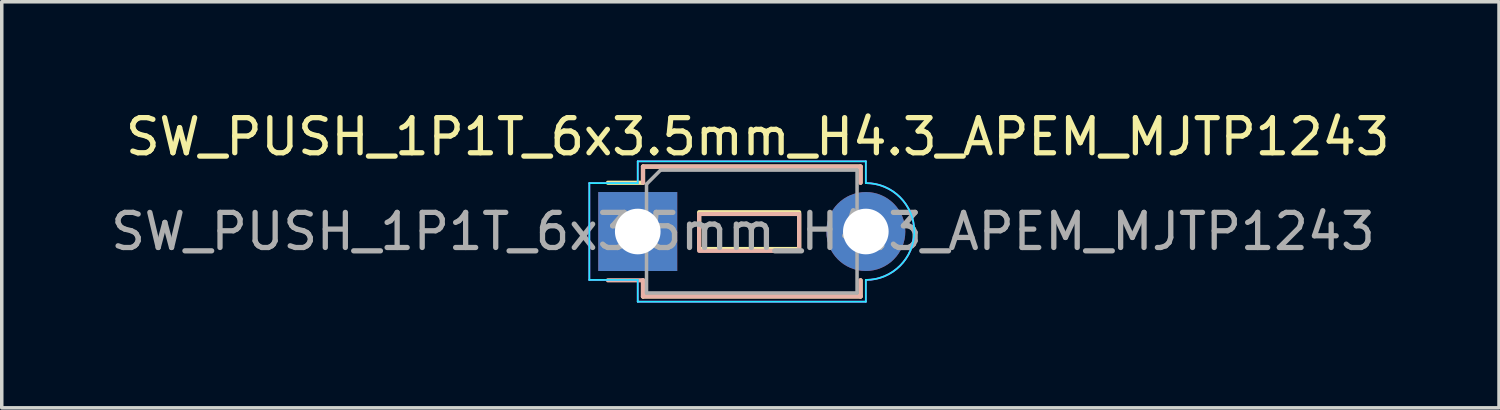
<source format=kicad_pcb>
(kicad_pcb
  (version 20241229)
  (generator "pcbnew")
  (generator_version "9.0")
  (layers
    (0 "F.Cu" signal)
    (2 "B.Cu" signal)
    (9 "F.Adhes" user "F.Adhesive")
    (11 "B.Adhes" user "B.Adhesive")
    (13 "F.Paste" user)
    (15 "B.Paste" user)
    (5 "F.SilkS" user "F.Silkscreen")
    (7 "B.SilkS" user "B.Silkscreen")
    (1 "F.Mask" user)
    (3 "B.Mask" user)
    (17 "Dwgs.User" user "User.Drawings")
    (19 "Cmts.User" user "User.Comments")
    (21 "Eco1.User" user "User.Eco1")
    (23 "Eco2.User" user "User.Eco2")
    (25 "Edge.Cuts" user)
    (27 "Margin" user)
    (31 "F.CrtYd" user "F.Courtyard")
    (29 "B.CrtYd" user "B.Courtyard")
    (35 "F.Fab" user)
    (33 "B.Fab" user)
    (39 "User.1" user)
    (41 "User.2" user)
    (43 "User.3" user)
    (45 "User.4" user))
  (footprint "SW_PUSH_1P1T_6x3.5mm_H4.3_APEM_MJTP1243"
    (layer "F.Cu")
    (at 15.125 3.548)
    (property "Reference" "SW_PUSH_1P1T_6x3.5mm_H4.3_APEM_MJTP1243" (at 3.42 -2.7 0) (layer "F.SilkS") (effects (font (size 1 1) (thickness 0.15))))
    (attr through_hole)
    (fp_line (start 0.15 -1.85) (end 0.15 -1.39) (stroke (width 0.12) (type default)) (layer "F.SilkS"))
    (fp_line (start 0.15 -1.39) (end -0.85 -1.39) (stroke (width 0.12) (type default)) (layer "F.SilkS"))
    (fp_line (start 0.15 1.39) (end 0.15 1.85) (stroke (width 0.12) (type solid)) (layer "F.SilkS"))
    (fp_line (start 0.15 1.85) (end 6.35 1.85) (stroke (width 0.12) (type solid)) (layer "F.SilkS"))
    (fp_line (start 6.35 -1.85) (end 0.15 -1.85) (stroke (width 0.12) (type solid)) (layer "F.SilkS"))
    (fp_line (start 6.35 -1.85) (end 6.35 -1.39) (stroke (width 0.12) (type solid)) (layer "F.SilkS"))
    (fp_line (start 6.35 1.39) (end 6.35 1.85) (stroke (width 0.12) (type solid)) (layer "F.SilkS"))
    (fp_rect (start 1.75 -0.55) (end 4.6 0.5) (stroke (width 0.12) (type default)) (fill no) (layer "F.SilkS"))
    (fp_line (start 0.15 -1.85) (end 6.35 -1.85) (stroke (width 0.12) (type solid)) (layer "B.SilkS"))
    (fp_line (start 0.15 -1.39) (end 0.15 -1.85) (stroke (width 0.12) (type solid)) (layer "B.SilkS"))
    (fp_line (start 0.15 1.39) (end -0.85 1.39) (stroke (width 0.12) (type default)) (layer "B.SilkS"))
    (fp_line (start 0.15 1.85) (end 0.15 1.39) (stroke (width 0.12) (type default)) (layer "B.SilkS"))
    (fp_line (start 6.35 -1.39) (end 6.35 -1.85) (stroke (width 0.12) (type solid)) (layer "B.SilkS"))
    (fp_line (start 6.35 1.85) (end 0.15 1.85) (stroke (width 0.12) (type solid)) (layer "B.SilkS"))
    (fp_line (start 6.35 1.85) (end 6.35 1.39) (stroke (width 0.12) (type solid)) (layer "B.SilkS"))
    (fp_rect (start 1.75 -0.5) (end 4.6 0.55) (stroke (width 0.12) (type default)) (fill no) (layer "B.SilkS"))
    (fp_line (start -1.38 -1.38) (end -1.38 1.38) (stroke (width 0.05) (type solid)) (layer "B.CrtYd"))
    (fp_line (start -1.38 -1.38) (end 0 -1.38) (stroke (width 0.05) (type default)) (layer "B.CrtYd"))
    (fp_line (start -1.38 1.38) (end 0 1.38) (stroke (width 0.05) (type default)) (layer "B.CrtYd"))
    (fp_line (start 0 -1.38) (end 0 -2) (stroke (width 0.05) (type default)) (layer "B.CrtYd"))
    (fp_line (start 0 2) (end 0 1.38) (stroke (width 0.05) (type default)) (layer "B.CrtYd"))
    (fp_line (start 0 2) (end 6.5 2) (stroke (width 0.05) (type solid)) (layer "B.CrtYd"))
    (fp_line (start 6.5 -2) (end 0 -2) (stroke (width 0.05) (type solid)) (layer "B.CrtYd"))
    (fp_line (start 6.5 -1.38) (end 6.5 -2) (stroke (width 0.05) (type default)) (layer "B.CrtYd"))
    (fp_line (start 6.5 2) (end 6.5 1.38) (stroke (width 0.05) (type default)) (layer "B.CrtYd"))
    (fp_arc (start 6.5 -1.38) (mid 7.88 0) (end 6.5 1.38) (stroke (width 0.05) (type default)) (layer "B.CrtYd"))
    (fp_line (start -1.38 -1.38) (end 0 -1.38) (stroke (width 0.05) (type default)) (layer "F.CrtYd"))
    (fp_line (start -1.38 1.38) (end -1.38 -1.38) (stroke (width 0.05) (type solid)) (layer "F.CrtYd"))
    (fp_line (start -1.38 1.38) (end 0 1.38) (stroke (width 0.05) (type default)) (layer "F.CrtYd"))
    (fp_line (start 0 -2) (end 0 -1.38) (stroke (width 0.05) (type default)) (layer "F.CrtYd"))
    (fp_line (start 0 -2) (end 6.5 -2) (stroke (width 0.05) (type solid)) (layer "F.CrtYd"))
    (fp_line (start 0 1.38) (end 0 2) (stroke (width 0.05) (type default)) (layer "F.CrtYd"))
    (fp_line (start 6.5 -2) (end 6.5 -1.38) (stroke (width 0.05) (type default)) (layer "F.CrtYd"))
    (fp_line (start 6.5 1.38) (end 6.5 2) (stroke (width 0.05) (type default)) (layer "F.CrtYd"))
    (fp_line (start 6.5 2) (end 0 2) (stroke (width 0.05) (type solid)) (layer "F.CrtYd"))
    (fp_arc (start 6.5 -1.38) (mid 7.88 0) (end 6.5 1.38) (stroke (width 0.05) (type default)) (layer "F.CrtYd"))
    (fp_line (start 0.25 1.75) (end 0.25 -1.35) (stroke (width 0.1) (type solid)) (layer "F.Fab"))
    (fp_line (start 0.65 -1.75) (end 0.25 -1.35) (stroke (width 0.1) (type default)) (layer "F.Fab"))
    (fp_line (start 0.65 -1.75) (end 6.25 -1.75) (stroke (width 0.1) (type solid)) (layer "F.Fab"))
    (fp_line (start 6.25 -1.75) (end 6.25 1.75) (stroke (width 0.1) (type solid)) (layer "F.Fab"))
    (fp_line (start 6.25 1.75) (end 0.25 1.75) (stroke (width 0.1) (type solid)) (layer "F.Fab"))
    (fp_text user "${REFERENCE}" (at 3 0 0) (layer "F.Fab") (effects (font (size 1 1) (thickness 0.15))))
    (pad "1" thru_hole rect (at 0 0 90) (size 2.25 2.25) (drill 1.3) (layers "*.Cu" "*.Mask"))
    (pad "2" thru_hole circle (at 6.5 0 90) (size 2.25 2.25) (drill 1.3) (layers "*.Cu" "*.Mask")))
  (gr_rect
    (start -3 -3)
    (end 39.67 8.573)
    (stroke (width 0.1) (type default))
    (fill no)
    (layer "Edge.Cuts")))
</source>
